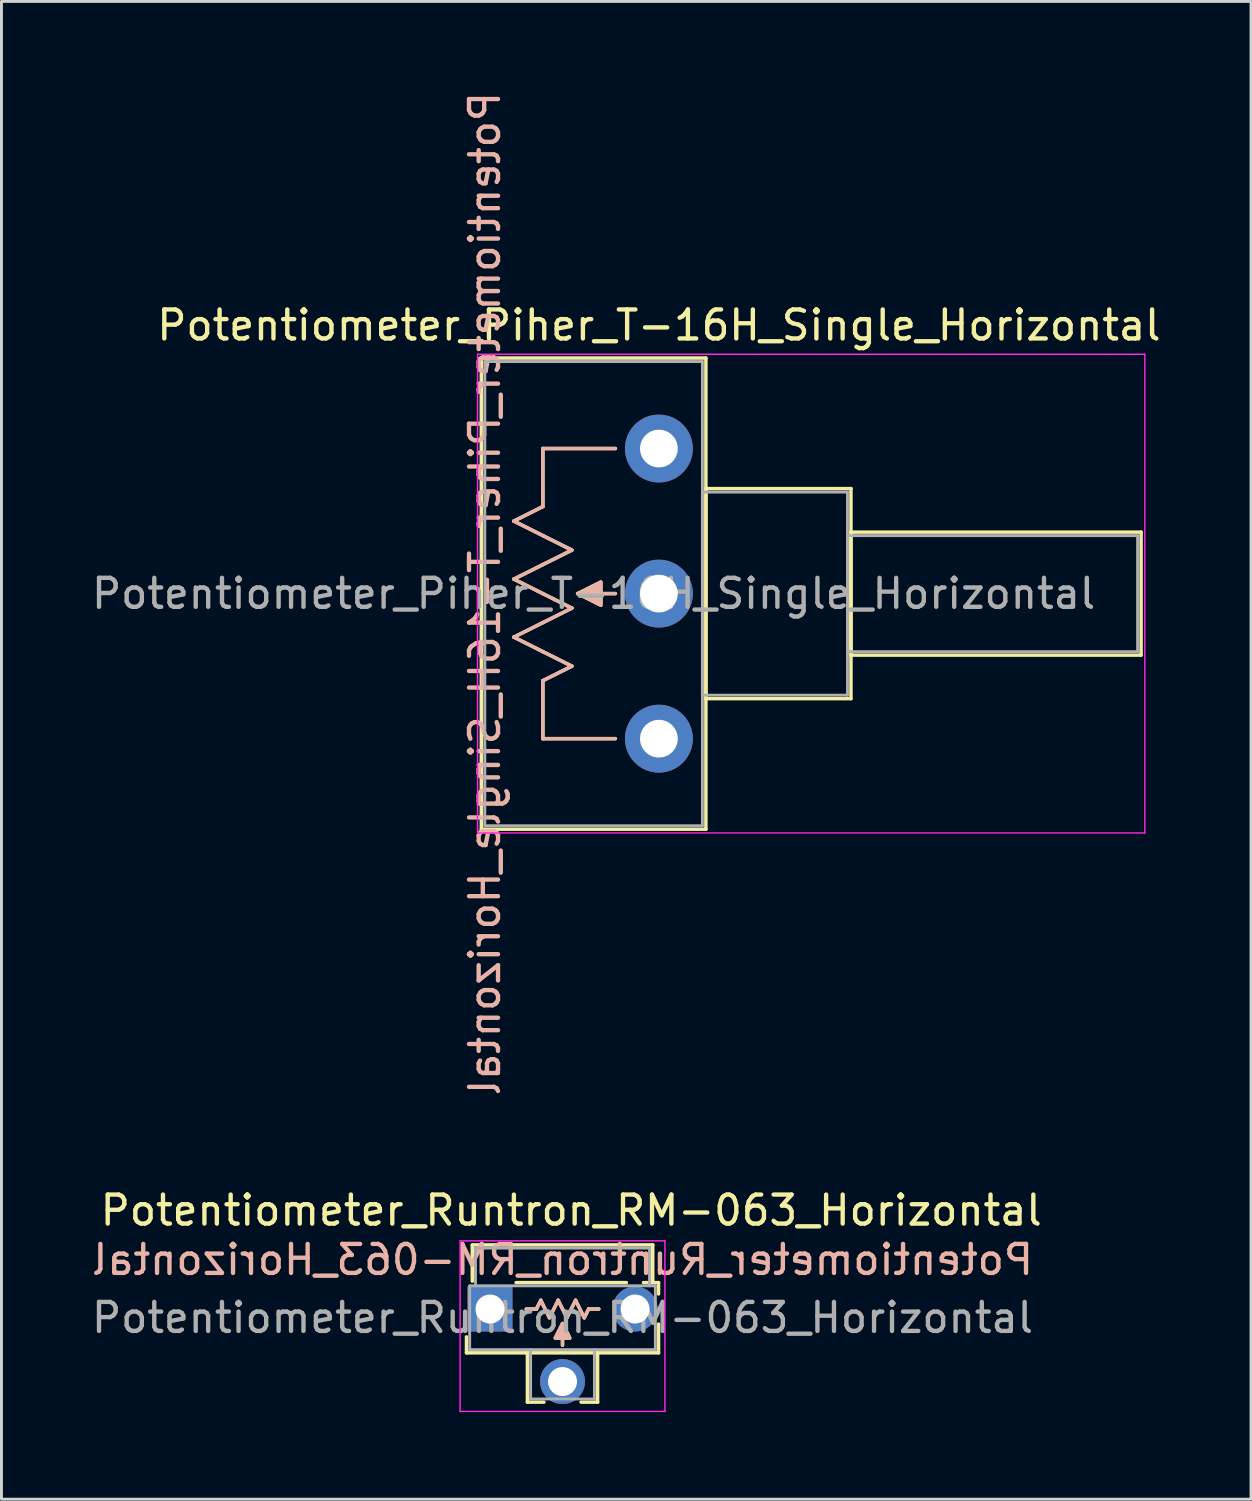
<source format=kicad_pcb>
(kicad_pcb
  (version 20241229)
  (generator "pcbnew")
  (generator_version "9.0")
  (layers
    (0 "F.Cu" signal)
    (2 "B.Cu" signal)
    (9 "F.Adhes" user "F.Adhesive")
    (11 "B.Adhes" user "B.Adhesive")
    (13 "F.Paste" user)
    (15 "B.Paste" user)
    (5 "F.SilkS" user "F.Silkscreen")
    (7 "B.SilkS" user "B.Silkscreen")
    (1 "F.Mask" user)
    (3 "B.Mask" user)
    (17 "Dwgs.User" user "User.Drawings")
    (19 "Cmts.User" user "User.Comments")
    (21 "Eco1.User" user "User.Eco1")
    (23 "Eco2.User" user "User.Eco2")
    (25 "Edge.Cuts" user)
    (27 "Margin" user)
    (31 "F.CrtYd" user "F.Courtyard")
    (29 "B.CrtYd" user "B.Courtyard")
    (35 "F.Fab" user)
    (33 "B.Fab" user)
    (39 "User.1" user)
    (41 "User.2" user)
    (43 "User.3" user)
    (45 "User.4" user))
  (footprint "Potentiometer_Runtron_RM-063_Horizontal"
    (layer "F.Cu")
    (at 13.839 42.07)
    (property "Reference" "Potentiometer_Runtron_RM-063_Horizontal" (at 2.8 -3.4 0) (layer "F.SilkS") (effects (font (size 1 1) (thickness 0.15))))
    (attr through_hole)
    (fp_line (start -0.81 0.96) (end -0.81 1.51) (stroke (width 0.12) (type solid)) (layer "F.SilkS"))
    (fp_line (start -0.81 1.51) (end 5.81 1.51) (stroke (width 0.12) (type solid)) (layer "F.SilkS"))
    (fp_line (start -0.61 -2.21) (end 5.61 -2.21) (stroke (width 0.12) (type solid)) (layer "F.SilkS"))
    (fp_line (start -0.61 -0.96) (end -0.61 -2.2) (stroke (width 0.12) (type solid)) (layer "F.SilkS"))
    (fp_line (start 0.9 -0.91) (end 4.7 -0.91) (stroke (width 0.12) (type solid)) (layer "F.SilkS"))
    (fp_line (start 1.29 1.51) (end 1.29 3.21) (stroke (width 0.12) (type solid)) (layer "F.SilkS"))
    (fp_line (start 1.29 3.21) (end 1.86 3.21) (stroke (width 0.12) (type solid)) (layer "F.SilkS"))
    (fp_line (start 1.6 0) (end 1.25 0) (stroke (width 0.12) (type solid)) (layer "F.SilkS"))
    (fp_line (start 1.6 0) (end 1.75 -0.3) (stroke (width 0.12) (type solid)) (layer "F.SilkS"))
    (fp_line (start 1.75 -0.3) (end 2.05 0.3) (stroke (width 0.12) (type solid)) (layer "F.SilkS"))
    (fp_line (start 2.05 0.3) (end 2.35 -0.3) (stroke (width 0.12) (type solid)) (layer "F.SilkS"))
    (fp_line (start 2.35 -0.3) (end 2.65 0.3) (stroke (width 0.12) (type solid)) (layer "F.SilkS"))
    (fp_line (start 2.5 0.5) (end 2.5 1.25) (stroke (width 0.12) (type solid)) (layer "F.SilkS"))
    (fp_line (start 2.65 0.3) (end 2.95 -0.3) (stroke (width 0.12) (type solid)) (layer "F.SilkS"))
    (fp_line (start 2.95 -0.3) (end 3.25 0.3) (stroke (width 0.12) (type solid)) (layer "F.SilkS"))
    (fp_line (start 3.14 3.21) (end 3.71 3.21) (stroke (width 0.12) (type solid)) (layer "F.SilkS"))
    (fp_line (start 3.25 0.3) (end 3.4 0) (stroke (width 0.12) (type solid)) (layer "F.SilkS"))
    (fp_line (start 3.4 0) (end 3.75 0) (stroke (width 0.12) (type solid)) (layer "F.SilkS"))
    (fp_line (start 3.71 1.51) (end 3.71 3.21) (stroke (width 0.12) (type solid)) (layer "F.SilkS"))
    (fp_line (start 5.29 -0.91) (end 5.81 -0.91) (stroke (width 0.12) (type solid)) (layer "F.SilkS"))
    (fp_line (start 5.61 -2.21) (end 5.61 -0.91) (stroke (width 0.12) (type solid)) (layer "F.SilkS"))
    (fp_line (start 5.81 -0.91) (end 5.81 -0.52) (stroke (width 0.12) (type solid)) (layer "F.SilkS"))
    (fp_line (start 5.81 1.51) (end 5.81 0.52) (stroke (width 0.12) (type solid)) (layer "F.SilkS"))
    (fp_poly (pts (xy 2.75 1) (xy 2.25 1) (xy 2.5 0.5)) (stroke (width 0.12) (type solid)) (fill yes) (layer "F.SilkS"))
    (fp_line (start 1.25 0) (end 1.55 0) (stroke (width 0.12) (type solid)) (layer "B.SilkS"))
    (fp_line (start 1.55 0) (end 1.6 0) (stroke (width 0.12) (type solid)) (layer "B.SilkS"))
    (fp_line (start 1.6 0) (end 1.75 -0.3) (stroke (width 0.12) (type solid)) (layer "B.SilkS"))
    (fp_line (start 1.75 -0.3) (end 2.05 0.3) (stroke (width 0.12) (type solid)) (layer "B.SilkS"))
    (fp_line (start 2.05 0.3) (end 2.35 -0.3) (stroke (width 0.12) (type solid)) (layer "B.SilkS"))
    (fp_line (start 2.35 -0.3) (end 2.65 0.3) (stroke (width 0.12) (type solid)) (layer "B.SilkS"))
    (fp_line (start 2.5 1.25) (end 2.5 0.55) (stroke (width 0.12) (type solid)) (layer "B.SilkS"))
    (fp_line (start 2.65 0.3) (end 2.95 -0.3) (stroke (width 0.12) (type solid)) (layer "B.SilkS"))
    (fp_line (start 2.95 -0.3) (end 3.25 0.3) (stroke (width 0.12) (type solid)) (layer "B.SilkS"))
    (fp_line (start 3.25 0.3) (end 3.4 0) (stroke (width 0.12) (type solid)) (layer "B.SilkS"))
    (fp_line (start 3.4 0) (end 3.75 0) (stroke (width 0.12) (type solid)) (layer "B.SilkS"))
    (fp_poly (pts (xy 2.75 1) (xy 2.25 1) (xy 2.5 0.5)) (stroke (width 0.12) (type solid)) (fill yes) (layer "B.SilkS"))
    (fp_line (start -1.03 -2.35) (end -1.03 3.53) (stroke (width 0.05) (type solid)) (layer "F.CrtYd"))
    (fp_line (start -1.03 -2.35) (end 6.03 -2.35) (stroke (width 0.05) (type solid)) (layer "F.CrtYd"))
    (fp_line (start 6.03 3.53) (end -1.03 3.53) (stroke (width 0.05) (type solid)) (layer "F.CrtYd"))
    (fp_line (start 6.03 3.53) (end 6.03 -2.35) (stroke (width 0.05) (type solid)) (layer "F.CrtYd"))
    (fp_line (start -0.7 -0.8) (end -0.7 1.4) (stroke (width 0.1) (type solid)) (layer "F.Fab"))
    (fp_line (start -0.5 -2.1) (end 5.5 -2.1) (stroke (width 0.1) (type solid)) (layer "F.Fab"))
    (fp_line (start -0.5 -0.8) (end -0.5 -2.1) (stroke (width 0.1) (type solid)) (layer "F.Fab"))
    (fp_line (start 1.4 3.1) (end 1.4 1.4) (stroke (width 0.1) (type solid)) (layer "F.Fab"))
    (fp_line (start 3.6 1.4) (end 3.6 3.1) (stroke (width 0.1) (type solid)) (layer "F.Fab"))
    (fp_line (start 3.6 3.1) (end 1.4 3.1) (stroke (width 0.1) (type solid)) (layer "F.Fab"))
    (fp_line (start 5.5 -0.8) (end 5.5 -2.1) (stroke (width 0.1) (type solid)) (layer "F.Fab"))
    (fp_line (start 5.7 -0.8) (end -0.7 -0.8) (stroke (width 0.1) (type solid)) (layer "F.Fab"))
    (fp_line (start 5.7 1.4) (end -0.7 1.4) (stroke (width 0.1) (type solid)) (layer "F.Fab"))
    (fp_line (start 5.7 1.4) (end 5.7 -0.8) (stroke (width 0.1) (type solid)) (layer "F.Fab"))
    (fp_text user "${REFERENCE}" (at 2.5 -1.7 0) (unlocked yes) (layer "B.SilkS") (effects (font (size 1 1) (thickness 0.15)) (justify mirror)))
    (fp_text user "${REFERENCE}" (at 2.5 0.3 0) (layer "F.Fab") (effects (font (size 1 1) (thickness 0.15))))
    (pad "1" thru_hole rect (at 0 0) (size 1.55 1.55) (drill 1) (layers "*.Cu" "*.Mask"))
    (pad "2" thru_hole circle (at 2.5 2.5) (size 1.55 1.55) (drill 1) (layers "*.Cu" "*.Mask"))
    (pad "3" thru_hole circle (at 5 0) (size 1.55 1.55) (drill 1) (layers "*.Cu" "*.Mask")))
  (footprint "Potentiometer_Piher_T-16H_Single_Horizontal"
    (layer "F.Cu")
    (at 19.661 22.411)
    (property "Reference" "Potentiometer_Piher_T-16H_Single_Horizontal" (at 0 -14.25 0) (layer "F.SilkS") (effects (font (size 1 1) (thickness 0.15))))
    (attr through_hole)
    (fp_line (start -6.12 -13.12) (end -6.12 3.12) (stroke (width 0.12) (type solid)) (layer "F.SilkS"))
    (fp_line (start -6.12 -13.12) (end 1.62 -13.12) (stroke (width 0.12) (type solid)) (layer "F.SilkS"))
    (fp_line (start -6.12 3.12) (end 1.62 3.12) (stroke (width 0.12) (type solid)) (layer "F.SilkS"))
    (fp_line (start -5 -7.5) (end -4 -7) (stroke (width 0.12) (type solid)) (layer "F.SilkS"))
    (fp_line (start -5 -5.5) (end -4 -5) (stroke (width 0.12) (type solid)) (layer "F.SilkS"))
    (fp_line (start -5 -3.5) (end -4 -3) (stroke (width 0.12) (type solid)) (layer "F.SilkS"))
    (fp_line (start -4 -10) (end -4 -8) (stroke (width 0.12) (type solid)) (layer "F.SilkS"))
    (fp_line (start -4 -8) (end -5 -7.5) (stroke (width 0.12) (type solid)) (layer "F.SilkS"))
    (fp_line (start -4 -7) (end -3 -6.5) (stroke (width 0.12) (type solid)) (layer "F.SilkS"))
    (fp_line (start -4 -6) (end -5 -5.5) (stroke (width 0.12) (type solid)) (layer "F.SilkS"))
    (fp_line (start -4 -5) (end -3 -4.5) (stroke (width 0.12) (type solid)) (layer "F.SilkS"))
    (fp_line (start -4 -4) (end -5 -3.5) (stroke (width 0.12) (type solid)) (layer "F.SilkS"))
    (fp_line (start -4 -3) (end -3 -2.5) (stroke (width 0.12) (type solid)) (layer "F.SilkS"))
    (fp_line (start -4 -2) (end -4 0) (stroke (width 0.12) (type solid)) (layer "F.SilkS"))
    (fp_line (start -4 0) (end -1.5 0) (stroke (width 0.12) (type solid)) (layer "F.SilkS"))
    (fp_line (start -3 -6.5) (end -4 -6) (stroke (width 0.12) (type solid)) (layer "F.SilkS"))
    (fp_line (start -3 -4.5) (end -4 -4) (stroke (width 0.12) (type solid)) (layer "F.SilkS"))
    (fp_line (start -3 -2.5) (end -4 -2) (stroke (width 0.12) (type solid)) (layer "F.SilkS"))
    (fp_line (start -2.8 -5) (end -1.5 -5) (stroke (width 0.12) (type solid)) (layer "F.SilkS"))
    (fp_line (start -1.5 -10) (end -4 -10) (stroke (width 0.12) (type solid)) (layer "F.SilkS"))
    (fp_line (start 1.62 -13.12) (end 1.62 3.12) (stroke (width 0.12) (type solid)) (layer "F.SilkS"))
    (fp_line (start 1.62 -8.62) (end 1.62 -1.38) (stroke (width 0.12) (type solid)) (layer "F.SilkS"))
    (fp_line (start 1.62 -8.62) (end 6.62 -8.62) (stroke (width 0.12) (type solid)) (layer "F.SilkS"))
    (fp_line (start 1.62 -1.38) (end 6.62 -1.38) (stroke (width 0.12) (type solid)) (layer "F.SilkS"))
    (fp_line (start 6.62 -8.62) (end 6.62 -1.38) (stroke (width 0.12) (type solid)) (layer "F.SilkS"))
    (fp_line (start 6.62 -7.12) (end 6.62 -2.88) (stroke (width 0.12) (type solid)) (layer "F.SilkS"))
    (fp_line (start 6.62 -7.12) (end 16.62 -7.12) (stroke (width 0.12) (type solid)) (layer "F.SilkS"))
    (fp_line (start 6.62 -2.88) (end 16.62 -2.88) (stroke (width 0.12) (type solid)) (layer "F.SilkS"))
    (fp_line (start 16.62 -7.12) (end 16.62 -2.88) (stroke (width 0.12) (type solid)) (layer "F.SilkS"))
    (fp_poly (pts (xy -2 -4.6) (xy -2.8 -5) (xy -2 -5.4)) (stroke (width 0.12) (type solid)) (fill yes) (layer "F.SilkS"))
    (fp_line (start -5 -7.5) (end -3 -6.5) (stroke (width 0.12) (type solid)) (layer "B.SilkS"))
    (fp_line (start -5 -5.5) (end -3 -4.5) (stroke (width 0.12) (type solid)) (layer "B.SilkS"))
    (fp_line (start -5 -3.5) (end -3 -2.5) (stroke (width 0.12) (type solid)) (layer "B.SilkS"))
    (fp_line (start -4 -10) (end -4 -8) (stroke (width 0.12) (type solid)) (layer "B.SilkS"))
    (fp_line (start -4 -8) (end -5 -7.5) (stroke (width 0.12) (type solid)) (layer "B.SilkS"))
    (fp_line (start -4 -2) (end -4 0) (stroke (width 0.12) (type solid)) (layer "B.SilkS"))
    (fp_line (start -4 0) (end -1.5 0) (stroke (width 0.12) (type solid)) (layer "B.SilkS"))
    (fp_line (start -3 -6.5) (end -5 -5.5) (stroke (width 0.12) (type solid)) (layer "B.SilkS"))
    (fp_line (start -3 -4.5) (end -5 -3.5) (stroke (width 0.12) (type solid)) (layer "B.SilkS"))
    (fp_line (start -3 -2.5) (end -4 -2) (stroke (width 0.12) (type solid)) (layer "B.SilkS"))
    (fp_line (start -1.5 -10) (end -4 -10) (stroke (width 0.12) (type solid)) (layer "B.SilkS"))
    (fp_line (start -1.5 -5) (end -2.8 -5) (stroke (width 0.12) (type solid)) (layer "B.SilkS"))
    (fp_poly (pts (xy -2 -4.6) (xy -2.8 -5) (xy -2 -5.4)) (stroke (width 0.12) (type solid)) (fill yes) (layer "B.SilkS"))
    (fp_line (start -6.25 -13.25) (end -6.25 3.25) (stroke (width 0.05) (type solid)) (layer "F.CrtYd"))
    (fp_line (start -6.25 3.25) (end 16.75 3.25) (stroke (width 0.05) (type solid)) (layer "F.CrtYd"))
    (fp_line (start 16.75 -13.25) (end -6.25 -13.25) (stroke (width 0.05) (type solid)) (layer "F.CrtYd"))
    (fp_line (start 16.75 3.25) (end 16.75 -13.25) (stroke (width 0.05) (type solid)) (layer "F.CrtYd"))
    (fp_line (start -6 -13) (end -6 3) (stroke (width 0.1) (type solid)) (layer "F.Fab"))
    (fp_line (start -6 3) (end 1.5 3) (stroke (width 0.1) (type solid)) (layer "F.Fab"))
    (fp_line (start 1.5 -13) (end -6 -13) (stroke (width 0.1) (type solid)) (layer "F.Fab"))
    (fp_line (start 1.5 -8.5) (end 1.5 -1.5) (stroke (width 0.1) (type solid)) (layer "F.Fab"))
    (fp_line (start 1.5 -1.5) (end 6.5 -1.5) (stroke (width 0.1) (type solid)) (layer "F.Fab"))
    (fp_line (start 1.5 3) (end 1.5 -13) (stroke (width 0.1) (type solid)) (layer "F.Fab"))
    (fp_line (start 6.5 -8.5) (end 1.5 -8.5) (stroke (width 0.1) (type solid)) (layer "F.Fab"))
    (fp_line (start 6.5 -7) (end 6.5 -3) (stroke (width 0.1) (type solid)) (layer "F.Fab"))
    (fp_line (start 6.5 -3) (end 16.5 -3) (stroke (width 0.1) (type solid)) (layer "F.Fab"))
    (fp_line (start 6.5 -1.5) (end 6.5 -8.5) (stroke (width 0.1) (type solid)) (layer "F.Fab"))
    (fp_line (start 16.5 -7) (end 6.5 -7) (stroke (width 0.1) (type solid)) (layer "F.Fab"))
    (fp_line (start 16.5 -3) (end 16.5 -7) (stroke (width 0.1) (type solid)) (layer "F.Fab"))
    (fp_text user "${REFERENCE}" (at -6 -5 90) (unlocked yes) (layer "B.SilkS") (effects (font (size 1 1) (thickness 0.15)) (justify mirror)))
    (fp_text user "${REFERENCE}" (at -2.25 -5 0) (layer "F.Fab") (effects (font (size 1 1) (thickness 0.15))))
    (pad "1" thru_hole circle (at 0 0) (size 2.34 2.34) (drill 1.3) (layers "*.Cu" "*.Mask"))
    (pad "2" thru_hole circle (at 0 -5) (size 2.34 2.34) (drill 1.3) (layers "*.Cu" "*.Mask"))
    (pad "3" thru_hole circle (at 0 -10) (size 2.34 2.34) (drill 1.3) (layers "*.Cu" "*.Mask")))
  (gr_rect
    (start -3 -3)
    (end 40.071 48.625)
    (stroke (width 0.1) (type default))
    (fill no)
    (layer "Edge.Cuts")))
</source>
